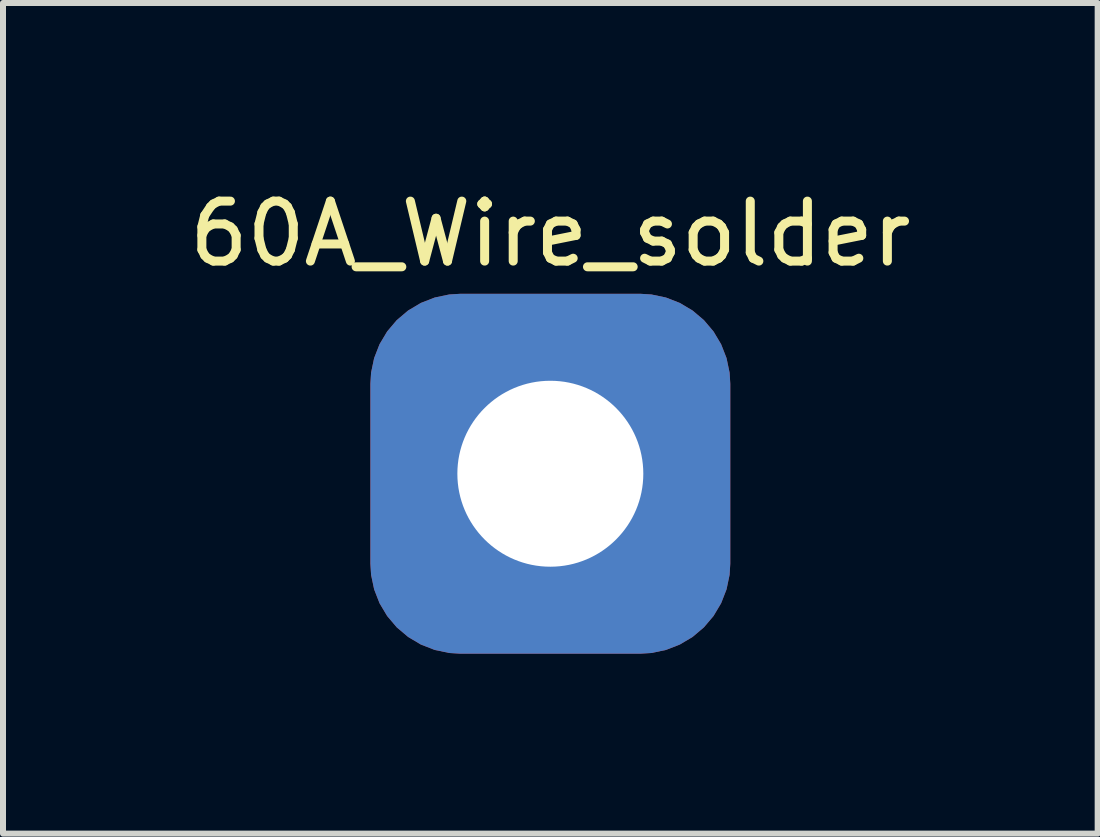
<source format=kicad_pcb>
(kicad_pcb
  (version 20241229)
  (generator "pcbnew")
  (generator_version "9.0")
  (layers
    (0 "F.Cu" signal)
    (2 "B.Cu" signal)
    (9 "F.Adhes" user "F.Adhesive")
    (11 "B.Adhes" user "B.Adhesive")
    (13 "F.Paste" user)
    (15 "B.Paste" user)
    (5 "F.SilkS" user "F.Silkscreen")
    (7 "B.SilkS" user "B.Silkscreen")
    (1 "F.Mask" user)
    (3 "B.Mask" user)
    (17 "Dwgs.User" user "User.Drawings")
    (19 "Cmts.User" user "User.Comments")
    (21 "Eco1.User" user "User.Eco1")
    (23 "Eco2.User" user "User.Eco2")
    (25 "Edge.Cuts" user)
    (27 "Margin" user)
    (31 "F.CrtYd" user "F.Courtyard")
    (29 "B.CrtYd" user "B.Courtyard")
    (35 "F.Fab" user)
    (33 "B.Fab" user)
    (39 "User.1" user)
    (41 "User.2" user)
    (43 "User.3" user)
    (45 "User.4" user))
  (footprint "60A_Wire_solder"
    (layer "F.Cu")
    (at 6.125 4.848)
    (property "Reference" "60A_Wire_solder" (at 0 -4 0) (unlocked yes) (layer "F.SilkS") (effects (font (size 1 1) (thickness 0.15))))
    (attr through_hole)
    (pad "1" thru_hole roundrect (at 0 0) (size 6 6) (drill 3.1) (layers "*.Cu" "*.Mask") (roundrect_rratio 0.25)))
  (gr_rect
    (start -3 -3)
    (end 15.25 10.848)
    (stroke (width 0.1) (type default))
    (fill no)
    (layer "Edge.Cuts")))
</source>
